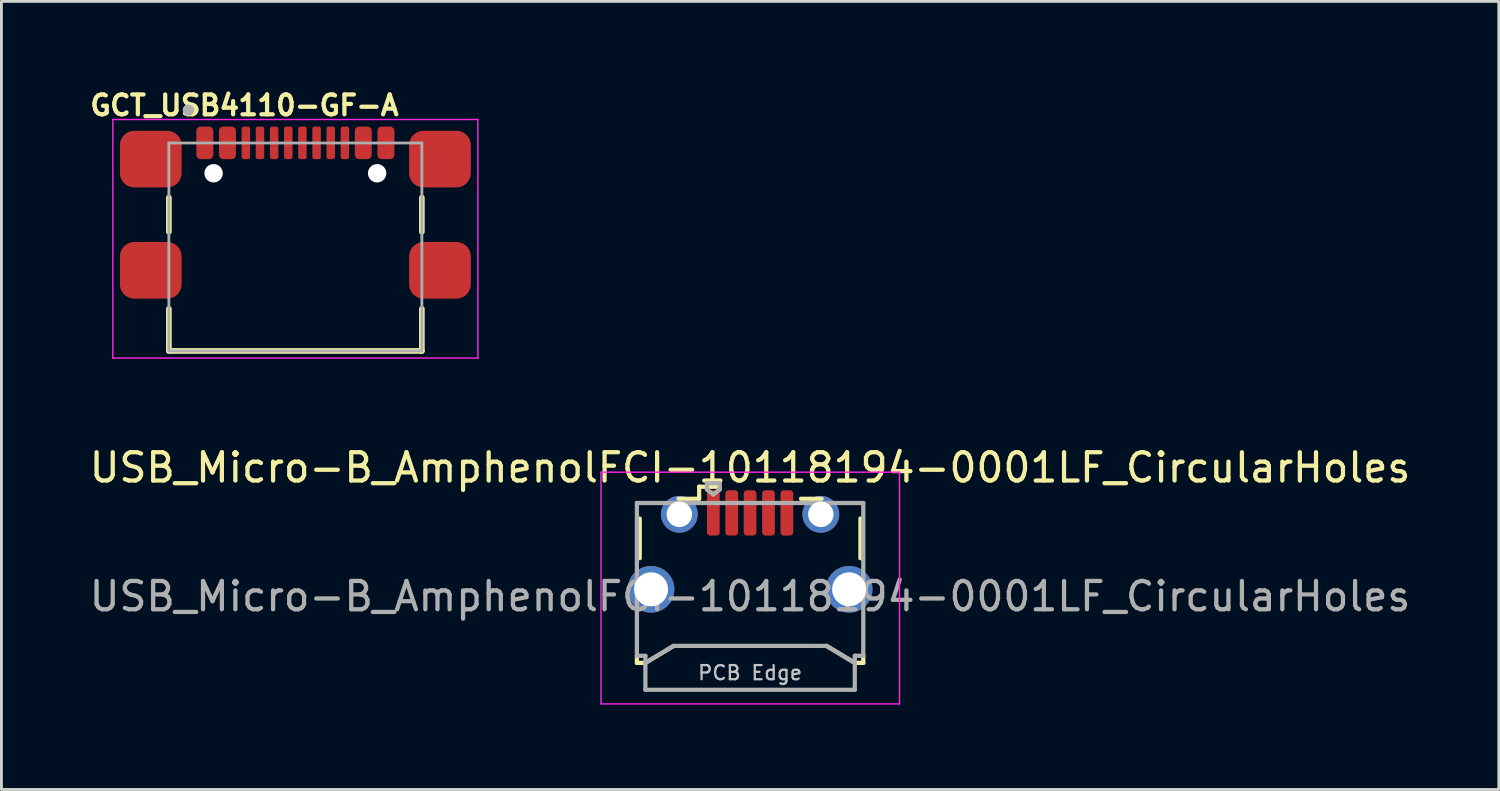
<source format=kicad_pcb>
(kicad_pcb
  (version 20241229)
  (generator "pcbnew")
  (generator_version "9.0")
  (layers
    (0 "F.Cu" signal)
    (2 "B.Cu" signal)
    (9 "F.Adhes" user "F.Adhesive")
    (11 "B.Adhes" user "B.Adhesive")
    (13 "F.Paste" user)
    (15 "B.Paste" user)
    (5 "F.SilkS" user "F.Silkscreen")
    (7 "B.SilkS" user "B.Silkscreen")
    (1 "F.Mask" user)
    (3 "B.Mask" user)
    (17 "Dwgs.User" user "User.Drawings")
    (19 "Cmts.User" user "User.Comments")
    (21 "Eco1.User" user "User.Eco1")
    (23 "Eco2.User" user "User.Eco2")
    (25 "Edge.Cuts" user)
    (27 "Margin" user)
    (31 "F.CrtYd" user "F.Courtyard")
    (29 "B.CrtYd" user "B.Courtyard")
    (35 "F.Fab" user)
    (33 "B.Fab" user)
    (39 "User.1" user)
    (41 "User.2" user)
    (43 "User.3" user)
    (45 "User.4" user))
  (footprint "USB_Micro-B_AmphenolFCI-10118194-0001LF_CircularHoles"
    (layer "F.Cu")
    (at 23.458 16.976)
    (property "Reference" "USB_Micro-B_AmphenolFCI-10118194-0001LF_CircularHoles" (at 0 -3.5 0) (layer "F.SilkS") (effects (font (size 1 1) (thickness 0.15))))
    (attr smd)
    (fp_line (start -4 3.15) (end -4 3.4) (stroke (width 0.15) (type solid)) (layer "F.SilkS"))
    (fp_line (start -4 3.4) (end -3.7 3.4) (stroke (width 0.15) (type solid)) (layer "F.SilkS"))
    (fp_line (start -3.9 -1.7) (end -3.9 -0.3) (stroke (width 0.15) (type solid)) (layer "F.SilkS"))
    (fp_line (start -2.7 2.8) (end -3.7 3.4) (stroke (width 0.15) (type solid)) (layer "F.SilkS"))
    (fp_line (start -1.8 -2.825) (end -1.8 -2.4) (stroke (width 0.15) (type solid)) (layer "F.SilkS"))
    (fp_line (start -1.8 -2.4) (end -2.525 -2.4) (stroke (width 0.15) (type solid)) (layer "F.SilkS"))
    (fp_line (start -1.075 -2.825) (end -1.8 -2.825) (stroke (width 0.15) (type solid)) (layer "F.SilkS"))
    (fp_line (start 1.8 -2.4) (end 2.525 -2.4) (stroke (width 0.15) (type solid)) (layer "F.SilkS"))
    (fp_line (start 3.7 3.4) (end 2.7 2.8) (stroke (width 0.15) (type solid)) (layer "F.SilkS"))
    (fp_line (start 3.7 3.4) (end 4 3.4) (stroke (width 0.15) (type solid)) (layer "F.SilkS"))
    (fp_line (start 3.9 -0.3) (end 3.9 -1.7) (stroke (width 0.15) (type solid)) (layer "F.SilkS"))
    (fp_line (start 4 3.4) (end 4 3.15) (stroke (width 0.15) (type solid)) (layer "F.SilkS"))
    (fp_line (start -5.27 -3.34) (end -5.27 4.85) (stroke (width 0.05) (type solid)) (layer "F.CrtYd"))
    (fp_line (start -5.27 4.85) (end 5.28 4.85) (stroke (width 0.05) (type solid)) (layer "F.CrtYd"))
    (fp_line (start 5.28 -3.34) (end -5.27 -3.34) (stroke (width 0.05) (type solid)) (layer "F.CrtYd"))
    (fp_line (start 5.28 4.85) (end 5.28 -3.34) (stroke (width 0.05) (type solid)) (layer "F.CrtYd"))
    (fp_line (start -4 -2.25) (end -4 3.15) (stroke (width 0.15) (type solid)) (layer "F.Fab"))
    (fp_line (start -4 3.15) (end -3.7 3.15) (stroke (width 0.15) (type solid)) (layer "F.Fab"))
    (fp_line (start -3.7 3.15) (end -3.7 4.35) (stroke (width 0.15) (type solid)) (layer "F.Fab"))
    (fp_line (start -3.7 4.35) (end 3.7 4.35) (stroke (width 0.15) (type solid)) (layer "F.Fab"))
    (fp_line (start -2.7 2.8) (end -3.7 3.4) (stroke (width 0.15) (type solid)) (layer "F.Fab"))
    (fp_line (start -2.7 2.8) (end 2.7 2.8) (stroke (width 0.15) (type solid)) (layer "F.Fab"))
    (fp_line (start -1.525 -2.95) (end -1.075 -2.95) (stroke (width 0.15) (type solid)) (layer "F.Fab"))
    (fp_line (start -1.525 -2.725) (end -1.525 -2.95) (stroke (width 0.15) (type solid)) (layer "F.Fab"))
    (fp_line (start -1.3 -2.55) (end -1.525 -2.725) (stroke (width 0.15) (type solid)) (layer "F.Fab"))
    (fp_line (start -1.075 -2.95) (end -1.075 -2.725) (stroke (width 0.15) (type solid)) (layer "F.Fab"))
    (fp_line (start -1.075 -2.725) (end -1.3 -2.55) (stroke (width 0.15) (type solid)) (layer "F.Fab"))
    (fp_line (start 3.7 3.15) (end 4 3.15) (stroke (width 0.15) (type solid)) (layer "F.Fab"))
    (fp_line (start 3.7 3.4) (end 2.7 2.8) (stroke (width 0.15) (type solid)) (layer "F.Fab"))
    (fp_line (start 3.7 4.35) (end 3.7 3.15) (stroke (width 0.15) (type solid)) (layer "F.Fab"))
    (fp_line (start 4 -2.25) (end -4 -2.25) (stroke (width 0.15) (type solid)) (layer "F.Fab"))
    (fp_line (start 4 3.15) (end 4 -2.25) (stroke (width 0.15) (type solid)) (layer "F.Fab"))
    (fp_text user "PCB Edge" (at 0 3.75 0) (layer "Dwgs.User") (effects (font (size 0.5 0.5) (thickness 0.08))))
    (fp_text user "${REFERENCE}" (at 0 1.05 0) (layer "F.Fab") (effects (font (size 1 1) (thickness 0.15))))
    (pad "1" smd roundrect (at -1.3 -1.9) (size 0.45 1.6) (layers "F.Cu" "F.Mask" "F.Paste") (roundrect_rratio 0.25))
    (pad "2" smd roundrect (at -0.65 -1.9) (size 0.45 1.6) (layers "F.Cu" "F.Mask" "F.Paste") (roundrect_rratio 0.25))
    (pad "3" smd roundrect (at 0 -1.9) (size 0.45 1.6) (layers "F.Cu" "F.Mask" "F.Paste") (roundrect_rratio 0.25))
    (pad "4" smd roundrect (at 0.65 -1.9) (size 0.45 1.6) (layers "F.Cu" "F.Mask" "F.Paste") (roundrect_rratio 0.25))
    (pad "5" smd roundrect (at 1.3 -1.9) (size 0.45 1.6) (layers "F.Cu" "F.Mask" "F.Paste") (roundrect_rratio 0.25))
    (pad "6" thru_hole circle (at -3.5 0.8) (size 1.65 1.65) (drill 1.2) (layers "*.Cu" "*.Mask"))
    (pad "6" thru_hole circle (at -2.5 -1.85) (size 1.3 1.3) (drill 0.9) (layers "*.Cu" "*.Mask"))
    (pad "6" thru_hole circle (at 2.5 -1.85) (size 1.3 1.3) (drill 0.9) (layers "*.Cu" "*.Mask"))
    (pad "6" thru_hole circle (at 3.5 0.8) (size 1.65 1.65) (drill 1.2) (layers "*.Cu" "*.Mask")))
  (footprint "GCT_USB4110-GF-A"
    (layer "F.Cu")
    (at 7.388 3.073)
    (property "Reference" "GCT_USB4110-GF-A" (at -1.8 -2.4 0) (layer "F.SilkS") (effects (font (size 0.7 0.7) (thickness 0.15))))
    (attr through_hole)
    (fp_line (start -4.47 0.86) (end -4.47 2.07) (stroke (width 0.2) (type solid)) (layer "F.SilkS"))
    (fp_line (start -4.47 4.79) (end -4.47 6.28) (stroke (width 0.2) (type solid)) (layer "F.SilkS"))
    (fp_line (start -4.47 6.28) (end 4.47 6.28) (stroke (width 0.2) (type solid)) (layer "F.SilkS"))
    (fp_line (start 4.47 0.86) (end 4.47 2.07) (stroke (width 0.2) (type solid)) (layer "F.SilkS"))
    (fp_line (start 4.47 6.28) (end 4.47 4.79) (stroke (width 0.2) (type solid)) (layer "F.SilkS"))
    (fp_circle (center -3.78 -2.23) (end -3.68 -2.23) (stroke (width 0.2) (type solid)) (fill no) (layer "F.SilkS"))
    (fp_line (start -6.45 -1.9) (end 6.45 -1.9) (stroke (width 0.05) (type solid)) (layer "F.CrtYd"))
    (fp_line (start -6.45 6.53) (end -6.45 -1.9) (stroke (width 0.05) (type solid)) (layer "F.CrtYd"))
    (fp_line (start 6.45 -1.9) (end 6.45 6.53) (stroke (width 0.05) (type solid)) (layer "F.CrtYd"))
    (fp_line (start 6.45 6.53) (end -6.45 6.53) (stroke (width 0.05) (type solid)) (layer "F.CrtYd"))
    (fp_line (start -4.47 -1.07) (end -4.47 6.28) (stroke (width 0.1) (type solid)) (layer "F.Fab"))
    (fp_line (start -4.47 6.28) (end 4.47 6.28) (stroke (width 0.1) (type solid)) (layer "F.Fab"))
    (fp_line (start 4.47 -1.07) (end -4.47 -1.07) (stroke (width 0.1) (type solid)) (layer "F.Fab"))
    (fp_line (start 4.47 6.28) (end 4.47 -1.07) (stroke (width 0.1) (type solid)) (layer "F.Fab"))
    (fp_circle (center -3.78 -2.23) (end -3.68 -2.23) (stroke (width 0.2) (type solid)) (fill no) (layer "F.Fab"))
    (pad "" np_thru_hole circle (at -2.89 0) (size 0.65 0.65) (drill 0.65) (layers "*.Cu" "*.Mask"))
    (pad "" np_thru_hole circle (at 2.89 0) (size 0.65 0.65) (drill 0.65) (layers "*.Cu" "*.Mask"))
    (pad "A1/B12" smd roundrect (at -3.2 -1.075) (size 0.6 1.15) (layers "F.Cu" "F.Mask" "F.Paste") (roundrect_rratio 0.25))
    (pad "A4/B9" smd roundrect (at -2.4 -1.075) (size 0.6 1.15) (layers "F.Cu" "F.Mask" "F.Paste") (roundrect_rratio 0.25))
    (pad "A5" smd roundrect (at -1.25 -1.075) (size 0.3 1.15) (layers "F.Cu" "F.Mask" "F.Paste") (roundrect_rratio 0.25))
    (pad "A6" smd roundrect (at -0.25 -1.075) (size 0.3 1.15) (layers "F.Cu" "F.Mask" "F.Paste") (roundrect_rratio 0.25))
    (pad "A7" smd roundrect (at 0.25 -1.075) (size 0.3 1.15) (layers "F.Cu" "F.Mask" "F.Paste") (roundrect_rratio 0.25))
    (pad "A8" smd roundrect (at 1.25 -1.075) (size 0.3 1.15) (layers "F.Cu" "F.Mask" "F.Paste") (roundrect_rratio 0.25))
    (pad "B1/A12" smd roundrect (at 3.2 -1.075) (size 0.6 1.15) (layers "F.Cu" "F.Mask" "F.Paste") (roundrect_rratio 0.25))
    (pad "B4/A9" smd roundrect (at 2.4 -1.075) (size 0.6 1.15) (layers "F.Cu" "F.Mask" "F.Paste") (roundrect_rratio 0.25))
    (pad "B5" smd roundrect (at 1.75 -1.075) (size 0.3 1.15) (layers "F.Cu" "F.Mask" "F.Paste") (roundrect_rratio 0.25))
    (pad "B6" smd roundrect (at 0.75 -1.075) (size 0.3 1.15) (layers "F.Cu" "F.Mask" "F.Paste") (roundrect_rratio 0.25))
    (pad "B7" smd roundrect (at -0.75 -1.075) (size 0.3 1.15) (layers "F.Cu" "F.Mask" "F.Paste") (roundrect_rratio 0.25))
    (pad "B8" smd roundrect (at -1.75 -1.075) (size 0.3 1.15) (layers "F.Cu" "F.Mask" "F.Paste") (roundrect_rratio 0.25))
    (pad "S1" smd roundrect (at -5.11 -0.5) (size 2.18 2) (layers "F.Cu" "F.Mask" "F.Paste") (roundrect_rratio 0.25))
    (pad "S2" smd roundrect (at 5.11 -0.5) (size 2.18 2) (layers "F.Cu" "F.Mask" "F.Paste") (roundrect_rratio 0.25))
    (pad "S3" smd roundrect (at -5.11 3.43) (size 2.18 2) (layers "F.Cu" "F.Mask" "F.Paste") (roundrect_rratio 0.25))
    (pad "S4" smd roundrect (at 5.11 3.43) (size 2.18 2) (layers "F.Cu" "F.Mask" "F.Paste") (roundrect_rratio 0.25)))
  (gr_rect
    (start -3 -3)
    (end 49.917 24.851)
    (stroke (width 0.1) (type default))
    (fill no)
    (layer "Edge.Cuts")))
</source>
